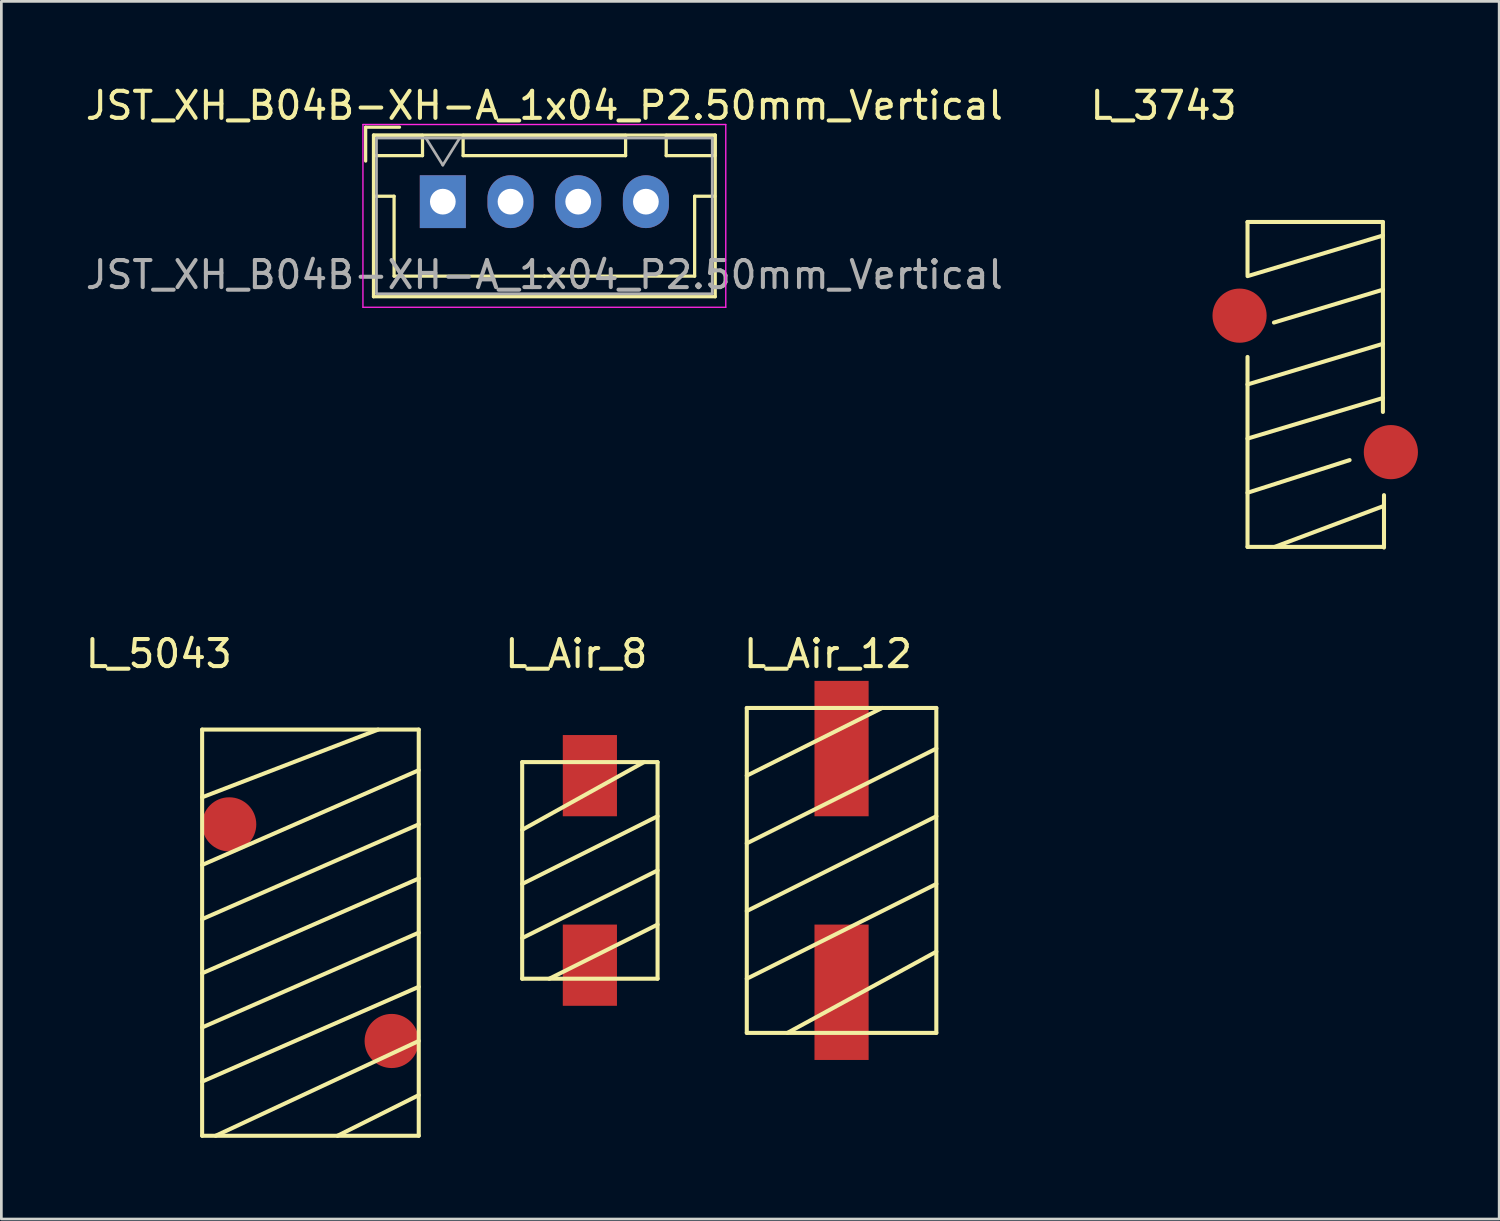
<source format=kicad_pcb>
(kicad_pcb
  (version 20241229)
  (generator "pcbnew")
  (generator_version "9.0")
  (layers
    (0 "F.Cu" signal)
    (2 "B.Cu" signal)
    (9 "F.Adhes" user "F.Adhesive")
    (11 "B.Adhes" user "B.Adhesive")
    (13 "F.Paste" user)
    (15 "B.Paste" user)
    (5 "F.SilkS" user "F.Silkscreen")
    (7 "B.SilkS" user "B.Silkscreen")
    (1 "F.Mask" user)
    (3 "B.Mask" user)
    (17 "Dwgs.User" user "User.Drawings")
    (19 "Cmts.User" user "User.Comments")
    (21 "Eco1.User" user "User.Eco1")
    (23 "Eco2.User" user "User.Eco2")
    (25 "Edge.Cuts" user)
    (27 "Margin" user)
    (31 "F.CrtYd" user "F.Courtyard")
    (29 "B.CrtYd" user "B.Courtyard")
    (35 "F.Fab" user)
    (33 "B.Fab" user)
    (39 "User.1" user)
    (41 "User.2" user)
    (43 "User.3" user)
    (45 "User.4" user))
  (footprint "L_Air_8"
    (layer "F.Cu")
    (at 18.735 29.096)
    (property "Reference" "L_Air_8" (at -0.5 -8 0) (layer "F.SilkS") (effects (font (size 1 1) (thickness 0.15))))
    (attr through_hole)
    (fp_line (start -2.5 -4) (end -2.5 4) (stroke (width 0.15) (type solid)) (layer "F.SilkS"))
    (fp_line (start -2.5 -1.5) (end 2 -4) (stroke (width 0.15) (type solid)) (layer "F.SilkS"))
    (fp_line (start -2.5 0.5) (end 2.5 -2) (stroke (width 0.15) (type solid)) (layer "F.SilkS"))
    (fp_line (start -2.5 2.5) (end 2.5 0) (stroke (width 0.15) (type solid)) (layer "F.SilkS"))
    (fp_line (start -2.5 4) (end 2.5 4) (stroke (width 0.15) (type solid)) (layer "F.SilkS"))
    (fp_line (start 2.5 -4) (end -2.5 -4) (stroke (width 0.15) (type solid)) (layer "F.SilkS"))
    (fp_line (start 2.5 2) (end -1.5 4) (stroke (width 0.15) (type solid)) (layer "F.SilkS"))
    (fp_line (start 2.5 4) (end 2.5 -4) (stroke (width 0.15) (type solid)) (layer "F.SilkS"))
    (pad "1" smd rect (at 0 3.5) (size 2 3) (layers "F.Cu" "F.Mask" "F.Paste"))
    (pad "2" smd rect (at 0 -3.5) (size 2 3) (layers "F.Cu" "F.Mask" "F.Paste")))
  (footprint "L_3743"
    (layer "F.Cu")
    (at 45.523 11.148)
    (property "Reference" "L_3743" (at -5.6 -10.3 0) (layer "F.SilkS") (effects (font (size 1 1) (thickness 0.15))))
    (attr through_hole)
    (fp_line (start -2.5 -6) (end -2.5 -4.064) (stroke (width 0.15) (type solid)) (layer "F.SilkS"))
    (fp_line (start -2.5 -4) (end 2.5 -5.5) (stroke (width 0.15) (type solid)) (layer "F.SilkS"))
    (fp_line (start -2.5 0) (end 2.5 -1.5) (stroke (width 0.15) (type solid)) (layer "F.SilkS"))
    (fp_line (start -2.5 2) (end 2.5 0.5) (stroke (width 0.15) (type solid)) (layer "F.SilkS"))
    (fp_line (start -2.5 4) (end 1.27 2.794) (stroke (width 0.15) (type solid)) (layer "F.SilkS"))
    (fp_line (start -2.5 6) (end -2.5 -1.016) (stroke (width 0.15) (type solid)) (layer "F.SilkS"))
    (fp_line (start -2.5 6) (end 2.5 6) (stroke (width 0.15) (type solid)) (layer "F.SilkS"))
    (fp_line (start -1.524 -2.286) (end 2.5 -3.5) (stroke (width 0.15) (type solid)) (layer "F.SilkS"))
    (fp_line (start 2.5 -6) (end -2.5 -6) (stroke (width 0.15) (type solid)) (layer "F.SilkS"))
    (fp_line (start 2.5 1.016) (end 2.5 -6) (stroke (width 0.15) (type solid)) (layer "F.SilkS"))
    (fp_line (start 2.5 4.5) (end -1.5 6) (stroke (width 0.15) (type solid)) (layer "F.SilkS"))
    (fp_line (start 2.54 4.088) (end 2.54 6.024) (stroke (width 0.15) (type solid)) (layer "F.SilkS"))
    (pad "1" smd circle (at 2.794 2.5) (size 2 2) (layers "F.Cu" "F.Mask" "F.Paste"))
    (pad "2" smd circle (at -2.794 -2.54) (size 2 2) (layers "F.Cu" "F.Mask" "F.Paste")))
  (footprint "L_Air_12"
    (layer "F.Cu")
    (at 28.03 29.096)
    (property "Reference" "L_Air_12" (at -0.5 -8 0) (layer "F.SilkS") (effects (font (size 1 1) (thickness 0.15))))
    (attr through_hole)
    (fp_line (start -3.5 -6) (end -3.5 6) (stroke (width 0.15) (type solid)) (layer "F.SilkS"))
    (fp_line (start -3.5 -3.5) (end 1.5 -6) (stroke (width 0.15) (type solid)) (layer "F.SilkS"))
    (fp_line (start -3.5 -1) (end 3.5 -4.5) (stroke (width 0.15) (type solid)) (layer "F.SilkS"))
    (fp_line (start -3.5 1.5) (end 3.5 -2) (stroke (width 0.15) (type solid)) (layer "F.SilkS"))
    (fp_line (start -3.5 4) (end 3.5 0.5) (stroke (width 0.15) (type solid)) (layer "F.SilkS"))
    (fp_line (start -3.5 6) (end 3.5 6) (stroke (width 0.15) (type solid)) (layer "F.SilkS"))
    (fp_line (start 3.5 -6) (end -3.5 -6) (stroke (width 0.15) (type solid)) (layer "F.SilkS"))
    (fp_line (start 3.5 3) (end -2 6) (stroke (width 0.15) (type solid)) (layer "F.SilkS"))
    (fp_line (start 3.5 6) (end 3.5 -6) (stroke (width 0.15) (type solid)) (layer "F.SilkS"))
    (pad "1" smd rect (at 0 4.5) (size 2 5) (layers "F.Cu" "F.Mask" "F.Paste"))
    (pad "2" smd rect (at 0 -4.5) (size 2 5) (layers "F.Cu" "F.Mask" "F.Paste")))
  (footprint "JST_XH_B04B-XH-A_1x04_P2.50mm_Vertical"
    (layer "F.Cu")
    (at 13.304 4.398)
    (property "Reference" "JST_XH_B04B-XH-A_1x04_P2.50mm_Vertical" (at 3.75 -3.55 0) (layer "F.SilkS") (effects (font (size 1 1) (thickness 0.15))))
    (attr through_hole)
    (fp_line (start -2.85 -2.75) (end -2.85 -1.5) (stroke (width 0.12) (type solid)) (layer "F.SilkS"))
    (fp_line (start -2.56 -2.46) (end -2.56 3.51) (stroke (width 0.12) (type solid)) (layer "F.SilkS"))
    (fp_line (start -2.56 3.51) (end 10.06 3.51) (stroke (width 0.12) (type solid)) (layer "F.SilkS"))
    (fp_line (start -2.55 -2.45) (end -2.55 -1.7) (stroke (width 0.12) (type solid)) (layer "F.SilkS"))
    (fp_line (start -2.55 -1.7) (end -0.75 -1.7) (stroke (width 0.12) (type solid)) (layer "F.SilkS"))
    (fp_line (start -2.55 -0.2) (end -1.8 -0.2) (stroke (width 0.12) (type solid)) (layer "F.SilkS"))
    (fp_line (start -1.8 -0.2) (end -1.8 2.75) (stroke (width 0.12) (type solid)) (layer "F.SilkS"))
    (fp_line (start -1.8 2.75) (end 3.75 2.75) (stroke (width 0.12) (type solid)) (layer "F.SilkS"))
    (fp_line (start -1.6 -2.75) (end -2.85 -2.75) (stroke (width 0.12) (type solid)) (layer "F.SilkS"))
    (fp_line (start -0.75 -2.45) (end -2.55 -2.45) (stroke (width 0.12) (type solid)) (layer "F.SilkS"))
    (fp_line (start -0.75 -1.7) (end -0.75 -2.45) (stroke (width 0.12) (type solid)) (layer "F.SilkS"))
    (fp_line (start 0.75 -2.45) (end 0.75 -1.7) (stroke (width 0.12) (type solid)) (layer "F.SilkS"))
    (fp_line (start 0.75 -1.7) (end 6.75 -1.7) (stroke (width 0.12) (type solid)) (layer "F.SilkS"))
    (fp_line (start 6.75 -2.45) (end 0.75 -2.45) (stroke (width 0.12) (type solid)) (layer "F.SilkS"))
    (fp_line (start 6.75 -1.7) (end 6.75 -2.45) (stroke (width 0.12) (type solid)) (layer "F.SilkS"))
    (fp_line (start 8.25 -2.45) (end 8.25 -1.7) (stroke (width 0.12) (type solid)) (layer "F.SilkS"))
    (fp_line (start 8.25 -1.7) (end 10.05 -1.7) (stroke (width 0.12) (type solid)) (layer "F.SilkS"))
    (fp_line (start 9.3 -0.2) (end 9.3 2.75) (stroke (width 0.12) (type solid)) (layer "F.SilkS"))
    (fp_line (start 9.3 2.75) (end 3.75 2.75) (stroke (width 0.12) (type solid)) (layer "F.SilkS"))
    (fp_line (start 10.05 -2.45) (end 8.25 -2.45) (stroke (width 0.12) (type solid)) (layer "F.SilkS"))
    (fp_line (start 10.05 -1.7) (end 10.05 -2.45) (stroke (width 0.12) (type solid)) (layer "F.SilkS"))
    (fp_line (start 10.05 -0.2) (end 9.3 -0.2) (stroke (width 0.12) (type solid)) (layer "F.SilkS"))
    (fp_line (start 10.06 -2.46) (end -2.56 -2.46) (stroke (width 0.12) (type solid)) (layer "F.SilkS"))
    (fp_line (start 10.06 3.51) (end 10.06 -2.46) (stroke (width 0.12) (type solid)) (layer "F.SilkS"))
    (fp_line (start -2.95 -2.85) (end -2.95 3.9) (stroke (width 0.05) (type solid)) (layer "F.CrtYd"))
    (fp_line (start -2.95 3.9) (end 10.45 3.9) (stroke (width 0.05) (type solid)) (layer "F.CrtYd"))
    (fp_line (start 10.45 -2.85) (end -2.95 -2.85) (stroke (width 0.05) (type solid)) (layer "F.CrtYd"))
    (fp_line (start 10.45 3.9) (end 10.45 -2.85) (stroke (width 0.05) (type solid)) (layer "F.CrtYd"))
    (fp_line (start -2.45 -2.35) (end -2.45 3.4) (stroke (width 0.1) (type solid)) (layer "F.Fab"))
    (fp_line (start -2.45 3.4) (end 9.95 3.4) (stroke (width 0.1) (type solid)) (layer "F.Fab"))
    (fp_line (start -0.625 -2.35) (end 0 -1.35) (stroke (width 0.1) (type solid)) (layer "F.Fab"))
    (fp_line (start 0 -1.35) (end 0.625 -2.35) (stroke (width 0.1) (type solid)) (layer "F.Fab"))
    (fp_line (start 9.95 -2.35) (end -2.45 -2.35) (stroke (width 0.1) (type solid)) (layer "F.Fab"))
    (fp_line (start 9.95 3.4) (end 9.95 -2.35) (stroke (width 0.1) (type solid)) (layer "F.Fab"))
    (fp_text user "${REFERENCE}" (at 3.75 2.7 0) (layer "F.Fab") (effects (font (size 1 1) (thickness 0.15))))
    (pad "1" thru_hole rect (at 0 0) (size 1.7 1.95) (drill 0.95) (layers "*.Cu" "*.Mask"))
    (pad "2" thru_hole oval (at 2.5 0) (size 1.7 1.95) (drill 0.95) (layers "*.Cu" "*.Mask"))
    (pad "3" thru_hole oval (at 5 0) (size 1.7 1.95) (drill 0.95) (layers "*.Cu" "*.Mask"))
    (pad "4" thru_hole oval (at 7.5 0) (size 1.7 1.95) (drill 0.95) (layers "*.Cu" "*.Mask")))
  (footprint "L_5043"
    (layer "F.Cu")
    (at 8.415 31.395)
    (property "Reference" "L_5043" (at -5.6 -10.3 0) (layer "F.SilkS") (effects (font (size 1 1) (thickness 0.15))))
    (attr through_hole)
    (fp_line (start -4 -7.5) (end -4 7.5) (stroke (width 0.15) (type solid)) (layer "F.SilkS"))
    (fp_line (start -4 -5) (end 2.5 -7.5) (stroke (width 0.15) (type solid)) (layer "F.SilkS"))
    (fp_line (start -4 -2.5) (end 4 -6) (stroke (width 0.15) (type solid)) (layer "F.SilkS"))
    (fp_line (start -4 -0.5) (end 4 -4) (stroke (width 0.15) (type solid)) (layer "F.SilkS"))
    (fp_line (start -4 1.5) (end 4 -2) (stroke (width 0.15) (type solid)) (layer "F.SilkS"))
    (fp_line (start -4 3.5) (end 4 0) (stroke (width 0.15) (type solid)) (layer "F.SilkS"))
    (fp_line (start -4 5.5) (end 4 2) (stroke (width 0.15) (type solid)) (layer "F.SilkS"))
    (fp_line (start -4 7.5) (end 4 7.5) (stroke (width 0.15) (type solid)) (layer "F.SilkS"))
    (fp_line (start 4 -7.5) (end -4 -7.5) (stroke (width 0.15) (type solid)) (layer "F.SilkS"))
    (fp_line (start 4 4) (end -3.5 7.5) (stroke (width 0.15) (type solid)) (layer "F.SilkS"))
    (fp_line (start 4 6) (end 1 7.5) (stroke (width 0.15) (type solid)) (layer "F.SilkS"))
    (fp_line (start 4 7.5) (end 4 -7.5) (stroke (width 0.15) (type solid)) (layer "F.SilkS"))
    (pad "1" smd circle (at 3 4) (size 2 2) (layers "F.Cu" "F.Mask" "F.Paste"))
    (pad "2" smd circle (at -3 -4) (size 2 2) (layers "F.Cu" "F.Mask" "F.Paste")))
  (gr_rect
    (start -3 -3)
    (end 52.317 41.971)
    (stroke (width 0.1) (type default))
    (fill no)
    (layer "Edge.Cuts")))
</source>
